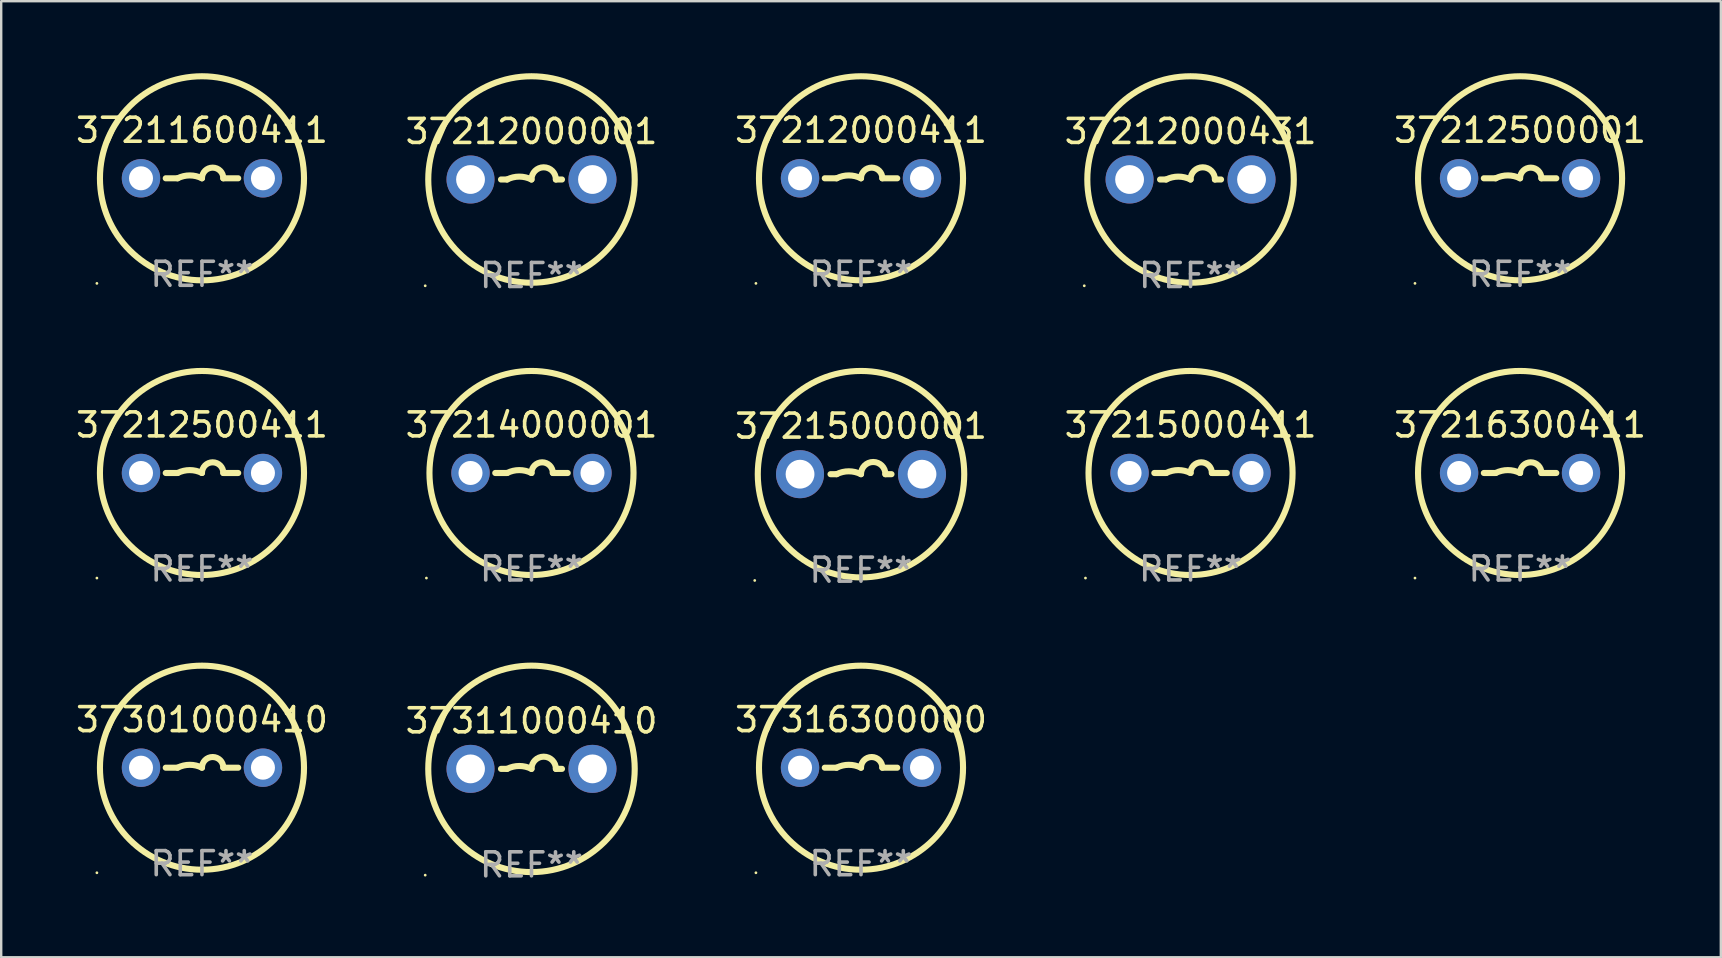
<source format=kicad_pcb>
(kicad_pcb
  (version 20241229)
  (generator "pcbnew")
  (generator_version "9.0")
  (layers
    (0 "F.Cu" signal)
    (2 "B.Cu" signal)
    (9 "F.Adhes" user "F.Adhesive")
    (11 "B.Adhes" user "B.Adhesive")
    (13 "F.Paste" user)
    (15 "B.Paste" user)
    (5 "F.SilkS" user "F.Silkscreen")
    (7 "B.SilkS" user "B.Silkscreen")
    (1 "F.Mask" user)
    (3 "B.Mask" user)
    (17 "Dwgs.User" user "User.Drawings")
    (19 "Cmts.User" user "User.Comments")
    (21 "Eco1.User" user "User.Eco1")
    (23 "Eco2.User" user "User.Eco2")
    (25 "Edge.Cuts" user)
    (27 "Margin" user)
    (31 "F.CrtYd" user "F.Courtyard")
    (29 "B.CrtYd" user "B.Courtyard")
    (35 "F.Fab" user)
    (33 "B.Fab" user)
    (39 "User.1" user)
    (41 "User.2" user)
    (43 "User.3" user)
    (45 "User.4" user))
  (footprint "37215000001"
    (layer "F.Cu")
    (at 32.815 16.702)
    (property "Reference" "37215000001" (at 0 -2 0) (layer "F.SilkS") (effects (font (size 1 1) (thickness 0.15))))
    (attr through_hole)
    (fp_line (start -1.016 0) (end -1.27 0) (stroke (width 0.254) (type solid)) (layer "F.SilkS"))
    (fp_line (start 1.016 0) (end 1.27 0) (stroke (width 0.254) (type solid)) (layer "F.SilkS"))
    (fp_arc (start -1.016002 0) (mid -0.508001 -0.119923) (end 0 0) (stroke (width 0.254001) (type solid)) (layer "F.SilkS"))
    (fp_arc (start 0 0) (mid 0.508001 -0.508001) (end 1.016002 0) (stroke (width 0.254001) (type solid)) (layer "F.SilkS"))
    (fp_circle (center -4.427 4.427) (end -4.397 4.427) (stroke (width 0.06) (type solid)) (fill no) (layer "F.SilkS"))
    (fp_circle (center 0 0) (end 4.3 0) (stroke (width 0.254) (type solid)) (fill no) (layer "F.SilkS"))
    (fp_text user "REF**" (at 0 4 0) (layer "F.Fab") (effects (font (size 1 1) (thickness 0.15))))
    (pad "1" thru_hole circle (at -2.54 0) (size 2 2) (drill 1.2) (layers "*.Cu" "*.Mask"))
    (pad "2" thru_hole circle (at 2.54 0) (size 2 2) (drill 1.2) (layers "*.Cu" "*.Mask")))
  (footprint "37215000411"
    (layer "F.Cu")
    (at 46.542 16.652)
    (property "Reference" "37215000411" (at 0 -2 0) (layer "F.SilkS") (effects (font (size 1 1) (thickness 0.15))))
    (attr through_hole)
    (fp_line (start -1.509 0) (end -1.016 0) (stroke (width 0.254) (type solid)) (layer "F.SilkS"))
    (fp_line (start 1.509 0) (end 0.889 0) (stroke (width 0.254) (type solid)) (layer "F.SilkS"))
    (fp_arc (start -1.016002 0) (mid -0.508001 -0.119923) (end 0 0) (stroke (width 0.254001) (type solid)) (layer "F.SilkS"))
    (fp_arc (start 0 0) (mid 0.444501 -0.444501) (end 0.889002 0) (stroke (width 0.254001) (type solid)) (layer "F.SilkS"))
    (fp_circle (center -4.377 4.377) (end -4.347 4.377) (stroke (width 0.06) (type solid)) (fill no) (layer "F.SilkS"))
    (fp_circle (center 0 0) (end 4.25 0) (stroke (width 0.254) (type solid)) (fill no) (layer "F.SilkS"))
    (fp_text user "REF**" (at 0 4 0) (layer "F.Fab") (effects (font (size 1 1) (thickness 0.15))))
    (pad "1" thru_hole circle (at -2.54 0) (size 1.6 1.6) (drill 1) (layers "*.Cu" "*.Mask"))
    (pad "2" thru_hole circle (at 2.54 0) (size 1.6 1.6) (drill 1) (layers "*.Cu" "*.Mask")))
  (footprint "37212000411"
    (layer "F.Cu")
    (at 32.815 4.377)
    (property "Reference" "37212000411" (at 0 -2 0) (layer "F.SilkS") (effects (font (size 1 1) (thickness 0.15))))
    (attr through_hole)
    (fp_line (start -1.509 0) (end -1.016 0) (stroke (width 0.254) (type solid)) (layer "F.SilkS"))
    (fp_line (start 1.509 0) (end 0.889 0) (stroke (width 0.254) (type solid)) (layer "F.SilkS"))
    (fp_arc (start -1.016002 0) (mid -0.508001 -0.119923) (end 0 0) (stroke (width 0.254001) (type solid)) (layer "F.SilkS"))
    (fp_arc (start 0 0) (mid 0.444501 -0.444501) (end 0.889002 0) (stroke (width 0.254001) (type solid)) (layer "F.SilkS"))
    (fp_circle (center -4.377 4.377) (end -4.347 4.377) (stroke (width 0.06) (type solid)) (fill no) (layer "F.SilkS"))
    (fp_circle (center 0 0) (end 4.25 0) (stroke (width 0.254) (type solid)) (fill no) (layer "F.SilkS"))
    (fp_text user "REF**" (at 0 4 0) (layer "F.Fab") (effects (font (size 1 1) (thickness 0.15))))
    (pad "1" thru_hole circle (at -2.54 0) (size 1.6 1.6) (drill 1) (layers "*.Cu" "*.Mask"))
    (pad "2" thru_hole circle (at 2.54 0) (size 1.6 1.6) (drill 1) (layers "*.Cu" "*.Mask")))
  (footprint "37311000410"
    (layer "F.Cu")
    (at 19.089 28.977)
    (property "Reference" "37311000410" (at 0 -2 0) (layer "F.SilkS") (effects (font (size 1 1) (thickness 0.15))))
    (attr through_hole)
    (fp_line (start -1.016 0) (end -1.27 0) (stroke (width 0.254) (type solid)) (layer "F.SilkS"))
    (fp_line (start 1.016 0) (end 1.27 0) (stroke (width 0.254) (type solid)) (layer "F.SilkS"))
    (fp_arc (start -1.016002 0) (mid -0.508001 -0.119923) (end 0 0) (stroke (width 0.254001) (type solid)) (layer "F.SilkS"))
    (fp_arc (start 0 0) (mid 0.508001 -0.508001) (end 1.016002 0) (stroke (width 0.254001) (type solid)) (layer "F.SilkS"))
    (fp_circle (center -4.427 4.427) (end -4.397 4.427) (stroke (width 0.06) (type solid)) (fill no) (layer "F.SilkS"))
    (fp_circle (center 0 0) (end 4.3 0) (stroke (width 0.254) (type solid)) (fill no) (layer "F.SilkS"))
    (fp_text user "REF**" (at 0 4 0) (layer "F.Fab") (effects (font (size 1 1) (thickness 0.15))))
    (pad "1" thru_hole circle (at -2.54 0) (size 2 2) (drill 1.2) (layers "*.Cu" "*.Mask"))
    (pad "2" thru_hole circle (at 2.54 0) (size 2 2) (drill 1.2) (layers "*.Cu" "*.Mask")))
  (footprint "37214000001"
    (layer "F.Cu")
    (at 19.089 16.652)
    (property "Reference" "37214000001" (at 0 -2 0) (layer "F.SilkS") (effects (font (size 1 1) (thickness 0.15))))
    (attr through_hole)
    (fp_line (start -1.509 0) (end -1.016 0) (stroke (width 0.254) (type solid)) (layer "F.SilkS"))
    (fp_line (start 1.509 0) (end 0.889 0) (stroke (width 0.254) (type solid)) (layer "F.SilkS"))
    (fp_arc (start -1.016002 0) (mid -0.508001 -0.119923) (end 0 0) (stroke (width 0.254001) (type solid)) (layer "F.SilkS"))
    (fp_arc (start 0 0) (mid 0.444501 -0.444501) (end 0.889002 0) (stroke (width 0.254001) (type solid)) (layer "F.SilkS"))
    (fp_circle (center -4.377 4.377) (end -4.347 4.377) (stroke (width 0.06) (type solid)) (fill no) (layer "F.SilkS"))
    (fp_circle (center 0 0) (end 4.25 0) (stroke (width 0.254) (type solid)) (fill no) (layer "F.SilkS"))
    (fp_text user "REF**" (at 0 4 0) (layer "F.Fab") (effects (font (size 1 1) (thickness 0.15))))
    (pad "1" thru_hole circle (at -2.54 0) (size 1.6 1.6) (drill 1) (layers "*.Cu" "*.Mask"))
    (pad "2" thru_hole circle (at 2.54 0) (size 1.6 1.6) (drill 1) (layers "*.Cu" "*.Mask")))
  (footprint "37212000001"
    (layer "F.Cu")
    (at 19.089 4.427)
    (property "Reference" "37212000001" (at 0 -2 0) (layer "F.SilkS") (effects (font (size 1 1) (thickness 0.15))))
    (attr through_hole)
    (fp_line (start -1.016 0) (end -1.27 0) (stroke (width 0.254) (type solid)) (layer "F.SilkS"))
    (fp_line (start 1.016 0) (end 1.27 0) (stroke (width 0.254) (type solid)) (layer "F.SilkS"))
    (fp_arc (start -1.016002 0) (mid -0.508001 -0.119923) (end 0 0) (stroke (width 0.254001) (type solid)) (layer "F.SilkS"))
    (fp_arc (start 0 0) (mid 0.508001 -0.508001) (end 1.016002 0) (stroke (width 0.254001) (type solid)) (layer "F.SilkS"))
    (fp_circle (center -4.427 4.427) (end -4.397 4.427) (stroke (width 0.06) (type solid)) (fill no) (layer "F.SilkS"))
    (fp_circle (center 0 0) (end 4.3 0) (stroke (width 0.254) (type solid)) (fill no) (layer "F.SilkS"))
    (fp_text user "REF**" (at 0 4 0) (layer "F.Fab") (effects (font (size 1 1) (thickness 0.15))))
    (pad "1" thru_hole circle (at -2.54 0) (size 2 2) (drill 1.2) (layers "*.Cu" "*.Mask"))
    (pad "2" thru_hole circle (at 2.54 0) (size 2 2) (drill 1.2) (layers "*.Cu" "*.Mask")))
  (footprint "37212500001"
    (layer "F.Cu")
    (at 60.268 4.377)
    (property "Reference" "37212500001" (at 0 -2 0) (layer "F.SilkS") (effects (font (size 1 1) (thickness 0.15))))
    (attr through_hole)
    (fp_line (start -1.509 0) (end -1.016 0) (stroke (width 0.254) (type solid)) (layer "F.SilkS"))
    (fp_line (start 1.509 0) (end 0.889 0) (stroke (width 0.254) (type solid)) (layer "F.SilkS"))
    (fp_arc (start -1.016002 0) (mid -0.508001 -0.119923) (end 0 0) (stroke (width 0.254001) (type solid)) (layer "F.SilkS"))
    (fp_arc (start 0 0) (mid 0.444501 -0.444501) (end 0.889002 0) (stroke (width 0.254001) (type solid)) (layer "F.SilkS"))
    (fp_circle (center -4.377 4.377) (end -4.347 4.377) (stroke (width 0.06) (type solid)) (fill no) (layer "F.SilkS"))
    (fp_circle (center 0 0) (end 4.25 0) (stroke (width 0.254) (type solid)) (fill no) (layer "F.SilkS"))
    (fp_text user "REF**" (at 0 4 0) (layer "F.Fab") (effects (font (size 1 1) (thickness 0.15))))
    (pad "1" thru_hole circle (at -2.54 0) (size 1.6 1.6) (drill 1) (layers "*.Cu" "*.Mask"))
    (pad "2" thru_hole circle (at 2.54 0) (size 1.6 1.6) (drill 1) (layers "*.Cu" "*.Mask")))
  (footprint "37211600411"
    (layer "F.Cu")
    (at 5.363 4.377)
    (property "Reference" "37211600411" (at 0 -2 0) (layer "F.SilkS") (effects (font (size 1 1) (thickness 0.15))))
    (attr through_hole)
    (fp_line (start -1.509 0) (end -1.016 0) (stroke (width 0.254) (type solid)) (layer "F.SilkS"))
    (fp_line (start 1.509 0) (end 0.889 0) (stroke (width 0.254) (type solid)) (layer "F.SilkS"))
    (fp_arc (start -1.016002 0) (mid -0.508001 -0.119923) (end 0 0) (stroke (width 0.254001) (type solid)) (layer "F.SilkS"))
    (fp_arc (start 0 0) (mid 0.444501 -0.444501) (end 0.889002 0) (stroke (width 0.254001) (type solid)) (layer "F.SilkS"))
    (fp_circle (center -4.377 4.377) (end -4.347 4.377) (stroke (width 0.06) (type solid)) (fill no) (layer "F.SilkS"))
    (fp_circle (center 0 0) (end 4.25 0) (stroke (width 0.254) (type solid)) (fill no) (layer "F.SilkS"))
    (fp_text user "REF**" (at 0 4 0) (layer "F.Fab") (effects (font (size 1 1) (thickness 0.15))))
    (pad "1" thru_hole circle (at -2.54 0) (size 1.6 1.6) (drill 1) (layers "*.Cu" "*.Mask"))
    (pad "2" thru_hole circle (at 2.54 0) (size 1.6 1.6) (drill 1) (layers "*.Cu" "*.Mask")))
  (footprint "37212000431"
    (layer "F.Cu")
    (at 46.542 4.427)
    (property "Reference" "37212000431" (at 0 -2 0) (layer "F.SilkS") (effects (font (size 1 1) (thickness 0.15))))
    (attr through_hole)
    (fp_line (start -1.016 0) (end -1.27 0) (stroke (width 0.254) (type solid)) (layer "F.SilkS"))
    (fp_line (start 1.016 0) (end 1.27 0) (stroke (width 0.254) (type solid)) (layer "F.SilkS"))
    (fp_arc (start -1.016002 0) (mid -0.508001 -0.119923) (end 0 0) (stroke (width 0.254001) (type solid)) (layer "F.SilkS"))
    (fp_arc (start 0 0) (mid 0.508001 -0.508001) (end 1.016002 0) (stroke (width 0.254001) (type solid)) (layer "F.SilkS"))
    (fp_circle (center -4.427 4.427) (end -4.397 4.427) (stroke (width 0.06) (type solid)) (fill no) (layer "F.SilkS"))
    (fp_circle (center 0 0) (end 4.3 0) (stroke (width 0.254) (type solid)) (fill no) (layer "F.SilkS"))
    (fp_text user "REF**" (at 0 4 0) (layer "F.Fab") (effects (font (size 1 1) (thickness 0.15))))
    (pad "1" thru_hole circle (at -2.54 0) (size 2 2) (drill 1.2) (layers "*.Cu" "*.Mask"))
    (pad "2" thru_hole circle (at 2.54 0) (size 2 2) (drill 1.2) (layers "*.Cu" "*.Mask")))
  (footprint "37316300000"
    (layer "F.Cu")
    (at 32.815 28.928)
    (property "Reference" "37316300000" (at 0 -2 0) (layer "F.SilkS") (effects (font (size 1 1) (thickness 0.15))))
    (attr through_hole)
    (fp_line (start -1.509 0) (end -1.016 0) (stroke (width 0.254) (type solid)) (layer "F.SilkS"))
    (fp_line (start 1.509 0) (end 0.889 0) (stroke (width 0.254) (type solid)) (layer "F.SilkS"))
    (fp_arc (start -1.016002 0) (mid -0.508001 -0.119923) (end 0 0) (stroke (width 0.254001) (type solid)) (layer "F.SilkS"))
    (fp_arc (start 0 0) (mid 0.444501 -0.444501) (end 0.889002 0) (stroke (width 0.254001) (type solid)) (layer "F.SilkS"))
    (fp_circle (center -4.377 4.377) (end -4.347 4.377) (stroke (width 0.06) (type solid)) (fill no) (layer "F.SilkS"))
    (fp_circle (center 0 0) (end 4.25 0) (stroke (width 0.254) (type solid)) (fill no) (layer "F.SilkS"))
    (fp_text user "REF**" (at 0 4 0) (layer "F.Fab") (effects (font (size 1 1) (thickness 0.15))))
    (pad "1" thru_hole circle (at -2.54 0) (size 1.6 1.6) (drill 1) (layers "*.Cu" "*.Mask"))
    (pad "2" thru_hole circle (at 2.54 0) (size 1.6 1.6) (drill 1) (layers "*.Cu" "*.Mask")))
  (footprint "37216300411"
    (layer "F.Cu")
    (at 60.268 16.652)
    (property "Reference" "37216300411" (at 0 -2 0) (layer "F.SilkS") (effects (font (size 1 1) (thickness 0.15))))
    (attr through_hole)
    (fp_line (start -1.509 0) (end -1.016 0) (stroke (width 0.254) (type solid)) (layer "F.SilkS"))
    (fp_line (start 1.509 0) (end 0.889 0) (stroke (width 0.254) (type solid)) (layer "F.SilkS"))
    (fp_arc (start -1.016002 0) (mid -0.508001 -0.119923) (end 0 0) (stroke (width 0.254001) (type solid)) (layer "F.SilkS"))
    (fp_arc (start 0 0) (mid 0.444501 -0.444501) (end 0.889002 0) (stroke (width 0.254001) (type solid)) (layer "F.SilkS"))
    (fp_circle (center -4.377 4.377) (end -4.347 4.377) (stroke (width 0.06) (type solid)) (fill no) (layer "F.SilkS"))
    (fp_circle (center 0 0) (end 4.25 0) (stroke (width 0.254) (type solid)) (fill no) (layer "F.SilkS"))
    (fp_text user "REF**" (at 0 4 0) (layer "F.Fab") (effects (font (size 1 1) (thickness 0.15))))
    (pad "1" thru_hole circle (at -2.54 0) (size 1.6 1.6) (drill 1) (layers "*.Cu" "*.Mask"))
    (pad "2" thru_hole circle (at 2.54 0) (size 1.6 1.6) (drill 1) (layers "*.Cu" "*.Mask")))
  (footprint "37301000410"
    (layer "F.Cu")
    (at 5.363 28.928)
    (property "Reference" "37301000410" (at 0 -2 0) (layer "F.SilkS") (effects (font (size 1 1) (thickness 0.15))))
    (attr through_hole)
    (fp_line (start -1.509 0) (end -1.016 0) (stroke (width 0.254) (type solid)) (layer "F.SilkS"))
    (fp_line (start 1.509 0) (end 0.889 0) (stroke (width 0.254) (type solid)) (layer "F.SilkS"))
    (fp_arc (start -1.016002 0) (mid -0.508001 -0.119923) (end 0 0) (stroke (width 0.254001) (type solid)) (layer "F.SilkS"))
    (fp_arc (start 0 0) (mid 0.444501 -0.444501) (end 0.889002 0) (stroke (width 0.254001) (type solid)) (layer "F.SilkS"))
    (fp_circle (center -4.377 4.377) (end -4.347 4.377) (stroke (width 0.06) (type solid)) (fill no) (layer "F.SilkS"))
    (fp_circle (center 0 0) (end 4.25 0) (stroke (width 0.254) (type solid)) (fill no) (layer "F.SilkS"))
    (fp_text user "REF**" (at 0 4 0) (layer "F.Fab") (effects (font (size 1 1) (thickness 0.15))))
    (pad "1" thru_hole circle (at -2.54 0) (size 1.6 1.6) (drill 1) (layers "*.Cu" "*.Mask"))
    (pad "2" thru_hole circle (at 2.54 0) (size 1.6 1.6) (drill 1) (layers "*.Cu" "*.Mask")))
  (footprint "37212500411"
    (layer "F.Cu")
    (at 5.363 16.652)
    (property "Reference" "37212500411" (at 0 -2 0) (layer "F.SilkS") (effects (font (size 1 1) (thickness 0.15))))
    (attr through_hole)
    (fp_line (start -1.509 0) (end -1.016 0) (stroke (width 0.254) (type solid)) (layer "F.SilkS"))
    (fp_line (start 1.509 0) (end 0.889 0) (stroke (width 0.254) (type solid)) (layer "F.SilkS"))
    (fp_arc (start -1.016002 0) (mid -0.508001 -0.119923) (end 0 0) (stroke (width 0.254001) (type solid)) (layer "F.SilkS"))
    (fp_arc (start 0 0) (mid 0.444501 -0.444501) (end 0.889002 0) (stroke (width 0.254001) (type solid)) (layer "F.SilkS"))
    (fp_circle (center -4.377 4.377) (end -4.347 4.377) (stroke (width 0.06) (type solid)) (fill no) (layer "F.SilkS"))
    (fp_circle (center 0 0) (end 4.25 0) (stroke (width 0.254) (type solid)) (fill no) (layer "F.SilkS"))
    (fp_text user "REF**" (at 0 4 0) (layer "F.Fab") (effects (font (size 1 1) (thickness 0.15))))
    (pad "1" thru_hole circle (at -2.54 0) (size 1.6 1.6) (drill 1) (layers "*.Cu" "*.Mask"))
    (pad "2" thru_hole circle (at 2.54 0) (size 1.6 1.6) (drill 1) (layers "*.Cu" "*.Mask")))
  (gr_rect
    (start -3 -3)
    (end 68.631 36.826)
    (stroke (width 0.1) (type default))
    (fill no)
    (layer "Edge.Cuts")))
</source>
